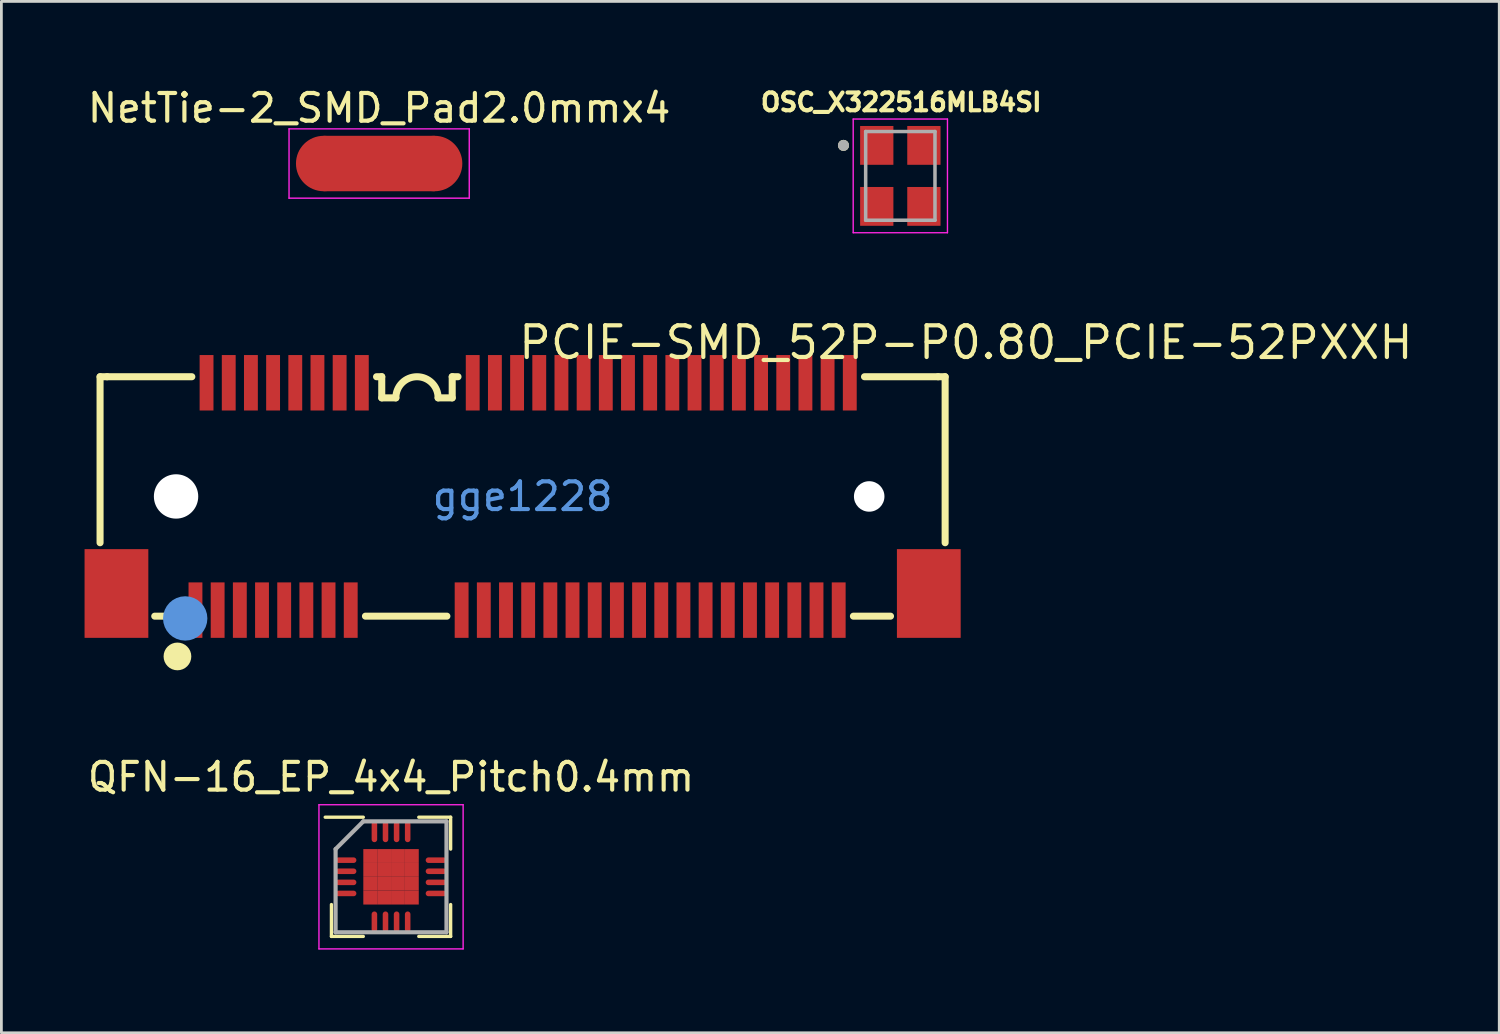
<source format=kicad_pcb>
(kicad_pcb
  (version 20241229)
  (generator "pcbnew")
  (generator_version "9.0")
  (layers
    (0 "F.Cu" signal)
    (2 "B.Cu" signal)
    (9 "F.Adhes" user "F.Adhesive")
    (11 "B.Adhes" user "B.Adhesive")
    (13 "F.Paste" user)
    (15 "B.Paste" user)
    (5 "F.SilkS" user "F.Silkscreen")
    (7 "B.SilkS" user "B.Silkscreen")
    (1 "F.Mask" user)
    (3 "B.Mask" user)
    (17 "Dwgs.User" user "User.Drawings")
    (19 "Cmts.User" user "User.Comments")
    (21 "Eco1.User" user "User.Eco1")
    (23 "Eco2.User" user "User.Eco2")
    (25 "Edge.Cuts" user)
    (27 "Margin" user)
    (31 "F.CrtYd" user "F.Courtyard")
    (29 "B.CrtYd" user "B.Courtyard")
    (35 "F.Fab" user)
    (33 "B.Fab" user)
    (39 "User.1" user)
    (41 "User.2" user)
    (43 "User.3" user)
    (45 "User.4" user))
  (footprint "NetTie-2_SMD_Pad2.0mmx4"
    (layer "F.Cu")
    (at 10.625 2.848)
    (property "Reference" "NetTie-2_SMD_Pad2.0mmx4" (at 0 -2 0) (layer "F.SilkS") (effects (font (size 1 1) (thickness 0.15))))
    (attr exclude_from_pos_files exclude_from_bom)
    (fp_poly (pts (xy -2 -1) (xy 2 -1) (xy 2 1) (xy -2 1)) (stroke (width 0) (type solid)) (fill yes) (layer "F.Cu"))
    (fp_line (start -3.25 -1.25) (end 3.25 -1.25) (stroke (width 0.05) (type solid)) (layer "F.CrtYd"))
    (fp_line (start -3.25 1.25) (end -3.25 -1.25) (stroke (width 0.05) (type solid)) (layer "F.CrtYd"))
    (fp_line (start 3.25 -1.25) (end 3.25 1.25) (stroke (width 0.05) (type solid)) (layer "F.CrtYd"))
    (fp_line (start 3.25 1.25) (end -3.25 1.25) (stroke (width 0.05) (type solid)) (layer "F.CrtYd"))
    (pad "1" smd circle (at -2 0) (size 2 2) (layers "F.Cu"))
    (pad "2" smd circle (at 2 0) (size 2 2) (layers "F.Cu")))
  (footprint "PCIE-SMD_52P-P0.80_PCIE-52PXXH"
    (layer "F.Cu")
    (at 15.8 14.856)
    (property "Reference" "PCIE-SMD_52P-P0.80_PCIE-52PXXH" (at -0.224 -5.552 0) (layer "F.SilkS") (effects (font (size 1.143 1.143) (thickness 0.152)) (justify left)))
    (attr smd)
    (fp_line (start -15.241 -4.318) (end -15.241 1.669) (stroke (width 0.254) (type solid)) (layer "F.SilkS"))
    (fp_line (start -15.241 -4.318) (end -14.987 -4.318) (stroke (width 0.254) (type solid)) (layer "F.SilkS"))
    (fp_line (start -14.987 -4.318) (end -11.931 -4.318) (stroke (width 0.254) (type solid)) (layer "F.SilkS"))
    (fp_line (start -13.269 4.318) (end -12.331 4.318) (stroke (width 0.254) (type solid)) (layer "F.SilkS"))
    (fp_line (start -5.669 4.318) (end -2.731 4.318) (stroke (width 0.254) (type solid)) (layer "F.SilkS"))
    (fp_line (start -5.269 -4.318) (end -5.081 -4.318) (stroke (width 0.254) (type solid)) (layer "F.SilkS"))
    (fp_line (start -5.081 -3.556) (end -5.081 -4.318) (stroke (width 0.254) (type solid)) (layer "F.SilkS"))
    (fp_line (start -4.573 -3.556) (end -5.081 -3.556) (stroke (width 0.254) (type solid)) (layer "F.SilkS"))
    (fp_line (start -3.048 -3.556) (end -2.54 -3.556) (stroke (width 0.254) (type solid)) (layer "F.SilkS"))
    (fp_line (start -2.54 -3.556) (end -2.54 -4.318) (stroke (width 0.254) (type solid)) (layer "F.SilkS"))
    (fp_line (start -2.331 -4.318) (end -2.54 -4.318) (stroke (width 0.254) (type solid)) (layer "F.SilkS"))
    (fp_line (start 11.931 4.318) (end 13.269 4.318) (stroke (width 0.254) (type solid)) (layer "F.SilkS"))
    (fp_line (start 14.985 -4.318) (end 12.331 -4.318) (stroke (width 0.254) (type solid)) (layer "F.SilkS"))
    (fp_line (start 14.985 -4.318) (end 15.239 -4.318) (stroke (width 0.254) (type solid)) (layer "F.SilkS"))
    (fp_line (start 15.239 -4.318) (end 15.239 1.669) (stroke (width 0.254) (type solid)) (layer "F.SilkS"))
    (fp_arc (start -4.572 -3.556) (mid -3.81 -4.318) (end -3.048 -3.556) (stroke (width 0.254) (type solid)) (layer "F.SilkS"))
    (fp_circle (center -12.45 5.77) (end -12.2 5.77) (stroke (width 0.5) (type solid)) (fill no) (layer "F.SilkS"))
    (fp_circle (center -12.17 4.4) (end -11.77 4.4) (stroke (width 0.8) (type solid)) (fill no) (layer "Cmts.User"))
    (fp_circle (center 12.5 0) (end 12.715 0) (stroke (width 0.43) (type solid)) (fill no) (layer "Cmts.User"))
    (fp_text user "gge1228" (at 0 0 0) (layer "Cmts.User") (effects (font (size 1 1) (thickness 0.15))))
    (pad "" np_thru_hole circle (at -12.5 0) (size 1.6 1.6) (drill 1.6) (layers "*.Cu" "*.Mask"))
    (pad "" np_thru_hole circle (at 12.5 0) (size 1.1 1.1) (drill 1.1) (layers "*.Cu" "*.Mask"))
    (pad "1" smd rect (at -11.8 4.1) (size 0.5 2) (layers "F.Cu" "F.Mask" "F.Paste"))
    (pad "2" smd rect (at -11.4 -4.1) (size 0.5 2) (layers "F.Cu" "F.Mask" "F.Paste"))
    (pad "3" smd rect (at -11 4.1) (size 0.5 2) (layers "F.Cu" "F.Mask" "F.Paste"))
    (pad "4" smd rect (at -10.6 -4.1) (size 0.5 2) (layers "F.Cu" "F.Mask" "F.Paste"))
    (pad "5" smd rect (at -10.2 4.1) (size 0.5 2) (layers "F.Cu" "F.Mask" "F.Paste"))
    (pad "6" smd rect (at -9.8 -4.1) (size 0.5 2) (layers "F.Cu" "F.Mask" "F.Paste"))
    (pad "7" smd rect (at -9.4 4.1) (size 0.5 2) (layers "F.Cu" "F.Mask" "F.Paste"))
    (pad "8" smd rect (at -9 -4.1) (size 0.5 2) (layers "F.Cu" "F.Mask" "F.Paste"))
    (pad "9" smd rect (at -8.6 4.1) (size 0.5 2) (layers "F.Cu" "F.Mask" "F.Paste"))
    (pad "10" smd rect (at -8.2 -4.1) (size 0.5 2) (layers "F.Cu" "F.Mask" "F.Paste"))
    (pad "11" smd rect (at -7.8 4.1) (size 0.5 2) (layers "F.Cu" "F.Mask" "F.Paste"))
    (pad "12" smd rect (at -7.4 -4.1) (size 0.5 2) (layers "F.Cu" "F.Mask" "F.Paste"))
    (pad "13" smd rect (at -7 4.1) (size 0.5 2) (layers "F.Cu" "F.Mask" "F.Paste"))
    (pad "14" smd rect (at -6.6 -4.1) (size 0.5 2) (layers "F.Cu" "F.Mask" "F.Paste"))
    (pad "15" smd rect (at -6.2 4.1) (size 0.5 2) (layers "F.Cu" "F.Mask" "F.Paste"))
    (pad "16" smd rect (at -5.8 -4.1) (size 0.5 2) (layers "F.Cu" "F.Mask" "F.Paste"))
    (pad "17" smd rect (at -2.2 4.1) (size 0.5 2) (layers "F.Cu" "F.Mask" "F.Paste"))
    (pad "18" smd rect (at -1.8 -4.1) (size 0.5 2) (layers "F.Cu" "F.Mask" "F.Paste"))
    (pad "19" smd rect (at -1.4 4.1) (size 0.5 2) (layers "F.Cu" "F.Mask" "F.Paste"))
    (pad "20" smd rect (at -1 -4.1) (size 0.5 2) (layers "F.Cu" "F.Mask" "F.Paste"))
    (pad "21" smd rect (at -0.6 4.1) (size 0.5 2) (layers "F.Cu" "F.Mask" "F.Paste"))
    (pad "22" smd rect (at -0.2 -4.1) (size 0.5 2) (layers "F.Cu" "F.Mask" "F.Paste"))
    (pad "23" smd rect (at 0.2 4.1) (size 0.5 2) (layers "F.Cu" "F.Mask" "F.Paste"))
    (pad "24" smd rect (at 0.6 -4.1) (size 0.5 2) (layers "F.Cu" "F.Mask" "F.Paste"))
    (pad "25" smd rect (at 1 4.1) (size 0.5 2) (layers "F.Cu" "F.Mask" "F.Paste"))
    (pad "26" smd rect (at 1.4 -4.1) (size 0.5 2) (layers "F.Cu" "F.Mask" "F.Paste"))
    (pad "27" smd rect (at 1.8 4.1) (size 0.5 2) (layers "F.Cu" "F.Mask" "F.Paste"))
    (pad "28" smd rect (at 2.2 -4.1) (size 0.5 2) (layers "F.Cu" "F.Mask" "F.Paste"))
    (pad "29" smd rect (at 2.6 4.1) (size 0.5 2) (layers "F.Cu" "F.Mask" "F.Paste"))
    (pad "30" smd rect (at 3 -4.1) (size 0.5 2) (layers "F.Cu" "F.Mask" "F.Paste"))
    (pad "31" smd rect (at 3.4 4.1) (size 0.5 2) (layers "F.Cu" "F.Mask" "F.Paste"))
    (pad "32" smd rect (at 3.8 -4.1) (size 0.5 2) (layers "F.Cu" "F.Mask" "F.Paste"))
    (pad "33" smd rect (at 4.2 4.1) (size 0.5 2) (layers "F.Cu" "F.Mask" "F.Paste"))
    (pad "34" smd rect (at 4.6 -4.1) (size 0.5 2) (layers "F.Cu" "F.Mask" "F.Paste"))
    (pad "35" smd rect (at 5 4.1) (size 0.5 2) (layers "F.Cu" "F.Mask" "F.Paste"))
    (pad "36" smd rect (at 5.4 -4.1) (size 0.5 2) (layers "F.Cu" "F.Mask" "F.Paste"))
    (pad "37" smd rect (at 5.8 4.1) (size 0.5 2) (layers "F.Cu" "F.Mask" "F.Paste"))
    (pad "38" smd rect (at 6.2 -4.1) (size 0.5 2) (layers "F.Cu" "F.Mask" "F.Paste"))
    (pad "39" smd rect (at 6.6 4.1) (size 0.5 2) (layers "F.Cu" "F.Mask" "F.Paste"))
    (pad "40" smd rect (at 7 -4.1) (size 0.5 2) (layers "F.Cu" "F.Mask" "F.Paste"))
    (pad "41" smd rect (at 7.4 4.1) (size 0.5 2) (layers "F.Cu" "F.Mask" "F.Paste"))
    (pad "42" smd rect (at 7.8 -4.1) (size 0.5 2) (layers "F.Cu" "F.Mask" "F.Paste"))
    (pad "43" smd rect (at 8.2 4.1) (size 0.5 2) (layers "F.Cu" "F.Mask" "F.Paste"))
    (pad "44" smd rect (at 8.6 -4.1) (size 0.5 2) (layers "F.Cu" "F.Mask" "F.Paste"))
    (pad "45" smd rect (at 9 4.1) (size 0.5 2) (layers "F.Cu" "F.Mask" "F.Paste"))
    (pad "46" smd rect (at 9.4 -4.1) (size 0.5 2) (layers "F.Cu" "F.Mask" "F.Paste"))
    (pad "47" smd rect (at 9.8 4.1) (size 0.5 2) (layers "F.Cu" "F.Mask" "F.Paste"))
    (pad "48" smd rect (at 10.2 -4.1) (size 0.5 2) (layers "F.Cu" "F.Mask" "F.Paste"))
    (pad "49" smd rect (at 10.6 4.1) (size 0.5 2) (layers "F.Cu" "F.Mask" "F.Paste"))
    (pad "50" smd rect (at 11 -4.1) (size 0.5 2) (layers "F.Cu" "F.Mask" "F.Paste"))
    (pad "51" smd rect (at 11.4 4.1) (size 0.5 2) (layers "F.Cu" "F.Mask" "F.Paste"))
    (pad "52" smd rect (at 11.8 -4.1) (size 0.5 2) (layers "F.Cu" "F.Mask" "F.Paste"))
    (pad "53" smd rect (at 14.65 3.5) (size 2.3 3.2) (layers "F.Cu" "F.Mask" "F.Paste"))
    (pad "54" smd rect (at -14.65 3.5) (size 2.3 3.2) (layers "F.Cu" "F.Mask" "F.Paste")))
  (footprint "OSC_X322516MLB4SI"
    (layer "F.Cu")
    (at 29.423 3.294)
    (property "Reference" "OSC_X322516MLB4SI" (at 0.032 -2.656 0) (layer "F.SilkS") (effects (font (size 0.64 0.64) (thickness 0.15))))
    (attr through_hole)
    (fp_circle (center -2.05 -1.1) (end -1.95 -1.1) (stroke (width 0.2) (type solid)) (fill no) (layer "F.SilkS"))
    (fp_line (start -1.7 -2.05) (end 1.7 -2.05) (stroke (width 0.05) (type solid)) (layer "F.CrtYd"))
    (fp_line (start -1.7 2.05) (end -1.7 -2.05) (stroke (width 0.05) (type solid)) (layer "F.CrtYd"))
    (fp_line (start 1.7 -2.05) (end 1.7 2.05) (stroke (width 0.05) (type solid)) (layer "F.CrtYd"))
    (fp_line (start 1.7 2.05) (end -1.7 2.05) (stroke (width 0.05) (type solid)) (layer "F.CrtYd"))
    (fp_line (start -1.25 -1.6) (end 1.25 -1.6) (stroke (width 0.127) (type solid)) (layer "F.Fab"))
    (fp_line (start -1.25 1.6) (end -1.25 -1.6) (stroke (width 0.127) (type solid)) (layer "F.Fab"))
    (fp_line (start 1.25 -1.6) (end 1.25 1.6) (stroke (width 0.127) (type solid)) (layer "F.Fab"))
    (fp_line (start 1.25 1.6) (end -1.25 1.6) (stroke (width 0.127) (type solid)) (layer "F.Fab"))
    (fp_circle (center -2.05 -1.1) (end -1.95 -1.1) (stroke (width 0.2) (type solid)) (fill no) (layer "F.Fab"))
    (pad "1" smd rect (at -0.85 -1.1) (size 1.2 1.4) (layers "F.Cu" "F.Mask" "F.Paste"))
    (pad "2" smd rect (at -0.85 1.1) (size 1.2 1.4) (layers "F.Cu" "F.Mask" "F.Paste"))
    (pad "3" smd rect (at 0.85 1.1) (size 1.2 1.4) (layers "F.Cu" "F.Mask" "F.Paste"))
    (pad "4" smd rect (at 0.85 -1.1) (size 1.2 1.4) (layers "F.Cu" "F.Mask" "F.Paste")))
  (footprint "QFN-16_EP_4x4_Pitch0.4mm"
    (layer "F.Cu")
    (at 11.054 28.575)
    (property "Reference" "QFN-16_EP_4x4_Pitch0.4mm" (at 0 -3.6 0) (layer "F.SilkS") (effects (font (size 1 1) (thickness 0.15))))
    (attr through_hole)
    (fp_line (start -2.15 2.15) (end -2.15 1) (stroke (width 0.12) (type solid)) (layer "F.SilkS"))
    (fp_line (start -1 -2.15) (end -2.375 -2.15) (stroke (width 0.12) (type solid)) (layer "F.SilkS"))
    (fp_line (start -1 2.15) (end -2.15 2.15) (stroke (width 0.12) (type solid)) (layer "F.SilkS"))
    (fp_line (start 1 -2.15) (end 2.15 -2.15) (stroke (width 0.12) (type solid)) (layer "F.SilkS"))
    (fp_line (start 1 2.15) (end 2.15 2.15) (stroke (width 0.12) (type solid)) (layer "F.SilkS"))
    (fp_line (start 2.15 -2.15) (end 2.15 -1) (stroke (width 0.12) (type solid)) (layer "F.SilkS"))
    (fp_line (start 2.15 2.15) (end 2.15 1) (stroke (width 0.12) (type solid)) (layer "F.SilkS"))
    (fp_line (start -2.6 -2.6) (end 2.6 -2.6) (stroke (width 0.05) (type solid)) (layer "F.CrtYd"))
    (fp_line (start -2.6 2.6) (end -2.6 -2.6) (stroke (width 0.05) (type solid)) (layer "F.CrtYd"))
    (fp_line (start 2.6 -2.6) (end 2.6 2.6) (stroke (width 0.05) (type solid)) (layer "F.CrtYd"))
    (fp_line (start 2.6 2.6) (end -2.6 2.6) (stroke (width 0.05) (type solid)) (layer "F.CrtYd"))
    (fp_line (start -2 -1) (end -2 2) (stroke (width 0.15) (type solid)) (layer "F.Fab"))
    (fp_line (start -2 2) (end 2 2) (stroke (width 0.15) (type solid)) (layer "F.Fab"))
    (fp_line (start -1 -2) (end -2 -1) (stroke (width 0.15) (type solid)) (layer "F.Fab"))
    (fp_line (start 2 -2) (end -1 -2) (stroke (width 0.15) (type solid)) (layer "F.Fab"))
    (fp_line (start 2 2) (end 2 -2) (stroke (width 0.15) (type solid)) (layer "F.Fab"))
    (pad "1" smd oval (at -1.625 -0.6 90) (size 0.2 0.75) (layers "F.Cu" "F.Mask" "F.Paste"))
    (pad "2" smd oval (at -1.625 -0.2 90) (size 0.2 0.75) (layers "F.Cu" "F.Mask" "F.Paste"))
    (pad "3" smd oval (at -1.625 0.2 90) (size 0.2 0.75) (layers "F.Cu" "F.Mask" "F.Paste"))
    (pad "4" smd oval (at -1.625 0.6 90) (size 0.2 0.75) (layers "F.Cu" "F.Mask" "F.Paste"))
    (pad "5" smd oval (at -0.6 1.625) (size 0.2 0.75) (layers "F.Cu" "F.Mask" "F.Paste"))
    (pad "6" smd oval (at -0.2 1.625) (size 0.2 0.75) (layers "F.Cu" "F.Mask" "F.Paste"))
    (pad "7" smd oval (at 0.2 1.625) (size 0.2 0.75) (layers "F.Cu" "F.Mask" "F.Paste"))
    (pad "8" smd oval (at 0.6 1.625) (size 0.2 0.75) (layers "F.Cu" "F.Mask" "F.Paste"))
    (pad "9" smd oval (at 1.625 0.6 90) (size 0.2 0.75) (layers "F.Cu" "F.Mask" "F.Paste"))
    (pad "10" smd oval (at 1.625 0.2 90) (size 0.2 0.75) (layers "F.Cu" "F.Mask" "F.Paste"))
    (pad "11" smd oval (at 1.625 -0.2 90) (size 0.2 0.75) (layers "F.Cu" "F.Mask" "F.Paste"))
    (pad "12" smd oval (at 1.625 -0.6 90) (size 0.2 0.75) (layers "F.Cu" "F.Mask" "F.Paste"))
    (pad "13" smd oval (at 0.6 -1.625) (size 0.2 0.75) (layers "F.Cu" "F.Mask" "F.Paste"))
    (pad "14" smd oval (at 0.2 -1.625) (size 0.2 0.75) (layers "F.Cu" "F.Mask" "F.Paste"))
    (pad "15" smd oval (at -0.2 -1.625) (size 0.2 0.75) (layers "F.Cu" "F.Mask" "F.Paste"))
    (pad "16" smd oval (at -0.6 -1.625) (size 0.2 0.75) (layers "F.Cu" "F.Mask" "F.Paste"))
    (pad "17" smd rect (at -0.75 -0.75) (size 0.5 0.5) (layers "F.Cu" "F.Mask" "F.Paste"))
    (pad "17" smd rect (at -0.75 -0.25) (size 0.5 0.5) (layers "F.Cu" "F.Mask" "F.Paste"))
    (pad "17" smd rect (at -0.75 0.25) (size 0.5 0.5) (layers "F.Cu" "F.Mask" "F.Paste"))
    (pad "17" smd rect (at -0.75 0.75) (size 0.5 0.5) (layers "F.Cu" "F.Mask" "F.Paste"))
    (pad "17" smd rect (at -0.25 -0.75) (size 0.5 0.5) (layers "F.Cu" "F.Mask" "F.Paste"))
    (pad "17" smd rect (at -0.25 -0.25) (size 0.5 0.5) (layers "F.Cu" "F.Mask" "F.Paste"))
    (pad "17" smd rect (at -0.25 0.25) (size 0.5 0.5) (layers "F.Cu" "F.Mask" "F.Paste"))
    (pad "17" smd rect (at -0.25 0.75) (size 0.5 0.5) (layers "F.Cu" "F.Mask" "F.Paste"))
    (pad "17" smd rect (at 0.25 -0.75) (size 0.5 0.5) (layers "F.Cu" "F.Mask" "F.Paste"))
    (pad "17" smd rect (at 0.25 -0.25) (size 0.5 0.5) (layers "F.Cu" "F.Mask" "F.Paste"))
    (pad "17" smd rect (at 0.25 0.25) (size 0.5 0.5) (layers "F.Cu" "F.Mask" "F.Paste"))
    (pad "17" smd rect (at 0.25 0.75) (size 0.5 0.5) (layers "F.Cu" "F.Mask" "F.Paste"))
    (pad "17" smd rect (at 0.75 -0.75) (size 0.5 0.5) (layers "F.Cu" "F.Mask" "F.Paste"))
    (pad "17" smd rect (at 0.75 -0.25) (size 0.5 0.5) (layers "F.Cu" "F.Mask" "F.Paste"))
    (pad "17" smd rect (at 0.75 0.25) (size 0.5 0.5) (layers "F.Cu" "F.Mask" "F.Paste"))
    (pad "17" smd rect (at 0.75 0.75) (size 0.5 0.5) (layers "F.Cu" "F.Mask" "F.Paste")))
  (gr_rect
    (start -3 -3)
    (end 51.025 34.2)
    (stroke (width 0.1) (type default))
    (fill no)
    (layer "Edge.Cuts")))
</source>
